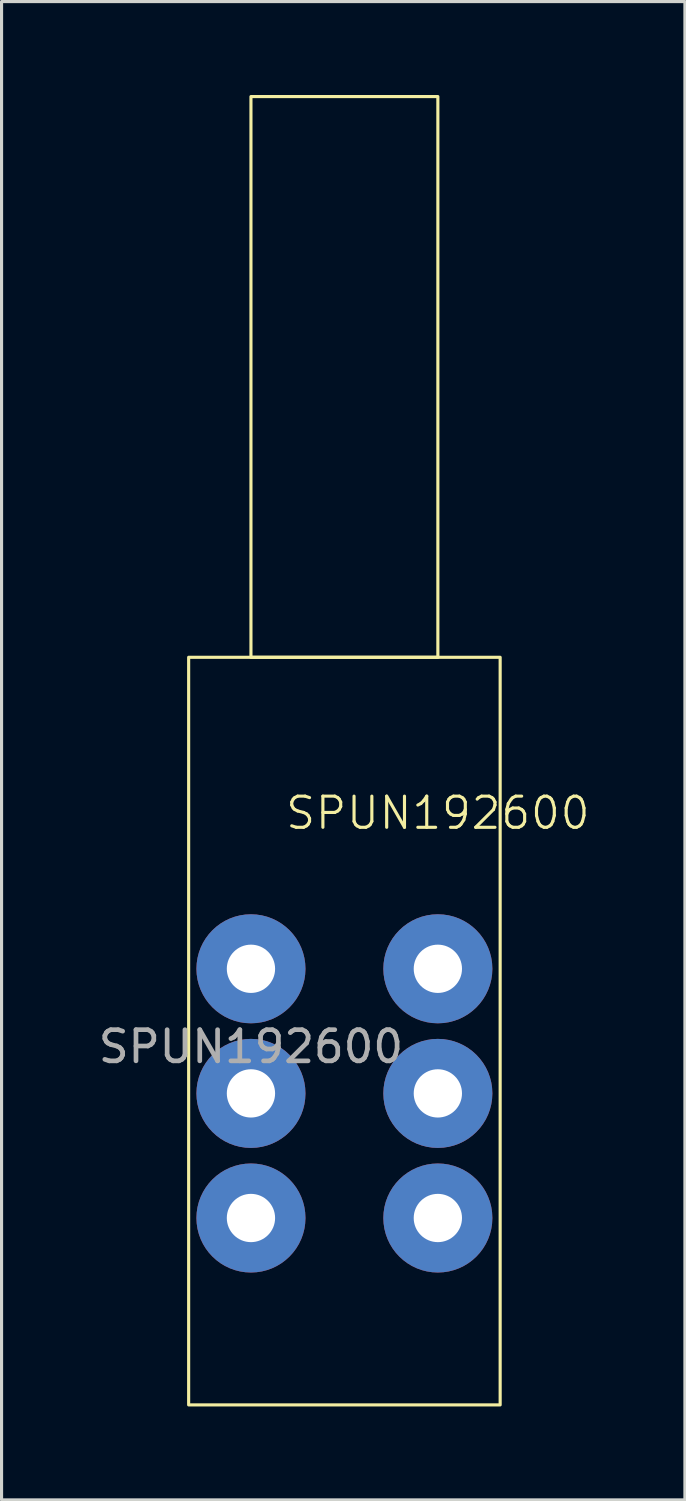
<source format=kicad_pcb>
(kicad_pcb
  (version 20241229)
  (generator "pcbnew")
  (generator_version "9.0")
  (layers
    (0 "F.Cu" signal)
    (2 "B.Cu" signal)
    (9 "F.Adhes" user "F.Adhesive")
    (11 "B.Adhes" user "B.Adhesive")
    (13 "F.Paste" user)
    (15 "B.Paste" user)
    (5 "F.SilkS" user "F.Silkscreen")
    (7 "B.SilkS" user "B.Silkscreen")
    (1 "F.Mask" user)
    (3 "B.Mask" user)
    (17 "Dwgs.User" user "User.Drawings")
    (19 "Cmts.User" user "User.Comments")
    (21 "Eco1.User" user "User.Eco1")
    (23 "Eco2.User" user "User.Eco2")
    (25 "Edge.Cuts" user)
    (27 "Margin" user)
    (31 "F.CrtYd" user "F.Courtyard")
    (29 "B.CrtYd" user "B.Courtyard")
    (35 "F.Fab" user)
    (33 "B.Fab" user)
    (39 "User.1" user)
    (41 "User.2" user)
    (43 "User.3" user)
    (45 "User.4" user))
  (footprint "SPUN192600"
    (layer "F.Cu")
    (at 5.006 28.05)
    (property "Reference" "SPUN192600" (at 6 -5 0) (unlocked yes) (layer "F.SilkS") (effects (font (size 1 1) (thickness 0.1))))
    (attr through_hole)
    (fp_rect (start -2 -10) (end 8 14) (stroke (width 0.1) (type default)) (fill no) (layer "F.SilkS"))
    (fp_rect (start 0 -28) (end 6 -10) (stroke (width 0.1) (type default)) (fill no) (layer "F.SilkS"))
    (fp_text user "${REFERENCE}" (at 0 2.5 0) (unlocked yes) (layer "F.Fab") (effects (font (size 1 1) (thickness 0.15))))
    (pad "1" thru_hole circle (at 6 0) (size 3.5 3.5) (drill 1.55) (layers "*.Cu" "*.Mask"))
    (pad "2" thru_hole circle (at 6 4) (size 3.5 3.5) (drill 1.55) (layers "*.Cu" "*.Mask"))
    (pad "3" thru_hole circle (at 6 8) (size 3.5 3.5) (drill 1.55) (layers "*.Cu" "*.Mask"))
    (pad "4" thru_hole circle (at 0 0) (size 3.5 3.5) (drill 1.55) (layers "*.Cu" "*.Mask"))
    (pad "5" thru_hole circle (at 0 4) (size 3.5 3.5) (drill 1.55) (layers "*.Cu" "*.Mask"))
    (pad "6" thru_hole circle (at 0 8) (size 3.5 3.5) (drill 1.55) (layers "*.Cu" "*.Mask")))
  (gr_rect
    (start -3 -3)
    (end 18.937 45.1)
    (stroke (width 0.1) (type default))
    (fill no)
    (layer "Edge.Cuts")))
</source>
